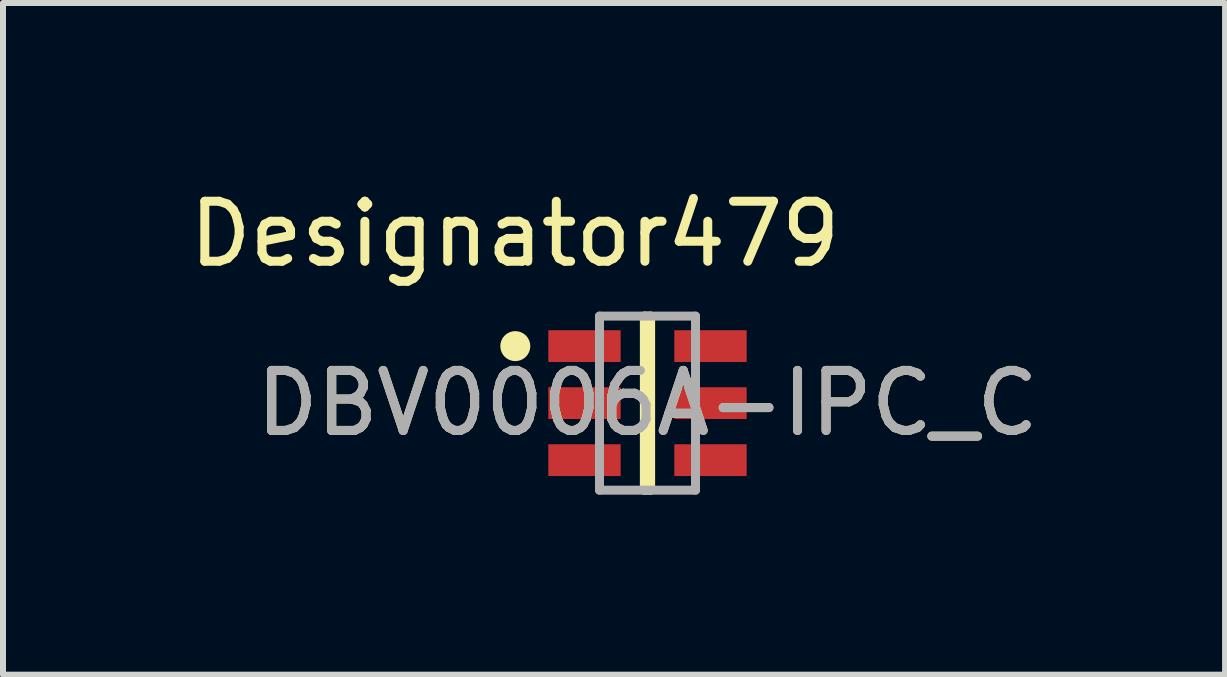
<source format=kicad_pcb>
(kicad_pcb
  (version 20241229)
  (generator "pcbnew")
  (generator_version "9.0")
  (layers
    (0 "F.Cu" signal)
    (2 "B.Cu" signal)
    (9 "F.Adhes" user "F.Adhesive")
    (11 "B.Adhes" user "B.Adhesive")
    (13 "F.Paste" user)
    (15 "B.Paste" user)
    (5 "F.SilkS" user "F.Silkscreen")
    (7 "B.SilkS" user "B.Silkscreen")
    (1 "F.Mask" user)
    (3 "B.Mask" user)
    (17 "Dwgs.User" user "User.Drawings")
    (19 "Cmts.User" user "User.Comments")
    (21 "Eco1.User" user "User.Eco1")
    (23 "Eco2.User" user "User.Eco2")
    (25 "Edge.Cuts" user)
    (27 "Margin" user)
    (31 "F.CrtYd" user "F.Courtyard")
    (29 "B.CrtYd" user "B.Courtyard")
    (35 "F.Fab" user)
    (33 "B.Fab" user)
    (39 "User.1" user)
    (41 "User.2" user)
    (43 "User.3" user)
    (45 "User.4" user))
  (footprint "DBV0006A-IPC_C"
    (layer "F.Cu")
    (at 7.74 3.668)
    (property "Reference" "DBV0006A-IPC_C" (at 0 0 0) (unlocked yes) (layer "F.SilkS") (effects (font (size 1 1) (thickness 0.15))))
    (attr smd)
    (fp_line (start -0.052 -1.45) (end 0.052 -1.45) (stroke (width 0.15) (type solid)) (layer "F.SilkS"))
    (fp_line (start -0.052 1.45) (end -0.052 -1.45) (stroke (width 0.15) (type solid)) (layer "F.SilkS"))
    (fp_line (start -0.052 1.45) (end 0.052 1.45) (stroke (width 0.15) (type solid)) (layer "F.SilkS"))
    (fp_line (start 0.052 1.45) (end 0.052 -1.45) (stroke (width 0.15) (type solid)) (layer "F.SilkS"))
    (fp_circle (center -2.203 -0.95) (end -2.078 -0.95) (stroke (width 0.25) (type solid)) (fill no) (layer "F.SilkS"))
    (fp_line (start -0.8 -1.45) (end 0.8 -1.45) (stroke (width 0.15) (type solid)) (layer "F.Fab"))
    (fp_line (start -0.8 1.45) (end -0.8 -1.45) (stroke (width 0.15) (type solid)) (layer "F.Fab"))
    (fp_line (start -0.8 1.45) (end 0.8 1.45) (stroke (width 0.15) (type solid)) (layer "F.Fab"))
    (fp_line (start 0.8 1.45) (end 0.8 -1.45) (stroke (width 0.15) (type solid)) (layer "F.Fab"))
    (fp_text user "Designator479" (at -2.21 -2.819 0) (unlocked yes) (layer "F.SilkS") (effects (font (size 1 1) (thickness 0.15))))
    (fp_text user "${REFERENCE}" (at 0 0 0) (unlocked yes) (layer "F.Fab") (effects (font (size 1 1) (thickness 0.15))))
    (pad "1" smd rect (at -1.05 -0.95) (size 1.205 0.53) (layers "F.Cu" "F.Mask" "F.Paste"))
    (pad "2" smd rect (at -1.05 0) (size 1.205 0.53) (layers "F.Cu" "F.Mask" "F.Paste"))
    (pad "3" smd rect (at -1.05 0.95) (size 1.205 0.53) (layers "F.Cu" "F.Mask" "F.Paste"))
    (pad "4" smd rect (at 1.05 0.95) (size 1.205 0.53) (layers "F.Cu" "F.Mask" "F.Paste"))
    (pad "5" smd rect (at 1.05 0) (size 1.205 0.53) (layers "F.Cu" "F.Mask" "F.Paste"))
    (pad "6" smd rect (at 1.05 -0.95) (size 1.205 0.53) (layers "F.Cu" "F.Mask" "F.Paste")))
  (gr_rect
    (start -3 -3)
    (end 17.365 8.193)
    (stroke (width 0.1) (type default))
    (fill no)
    (layer "Edge.Cuts")))
</source>
